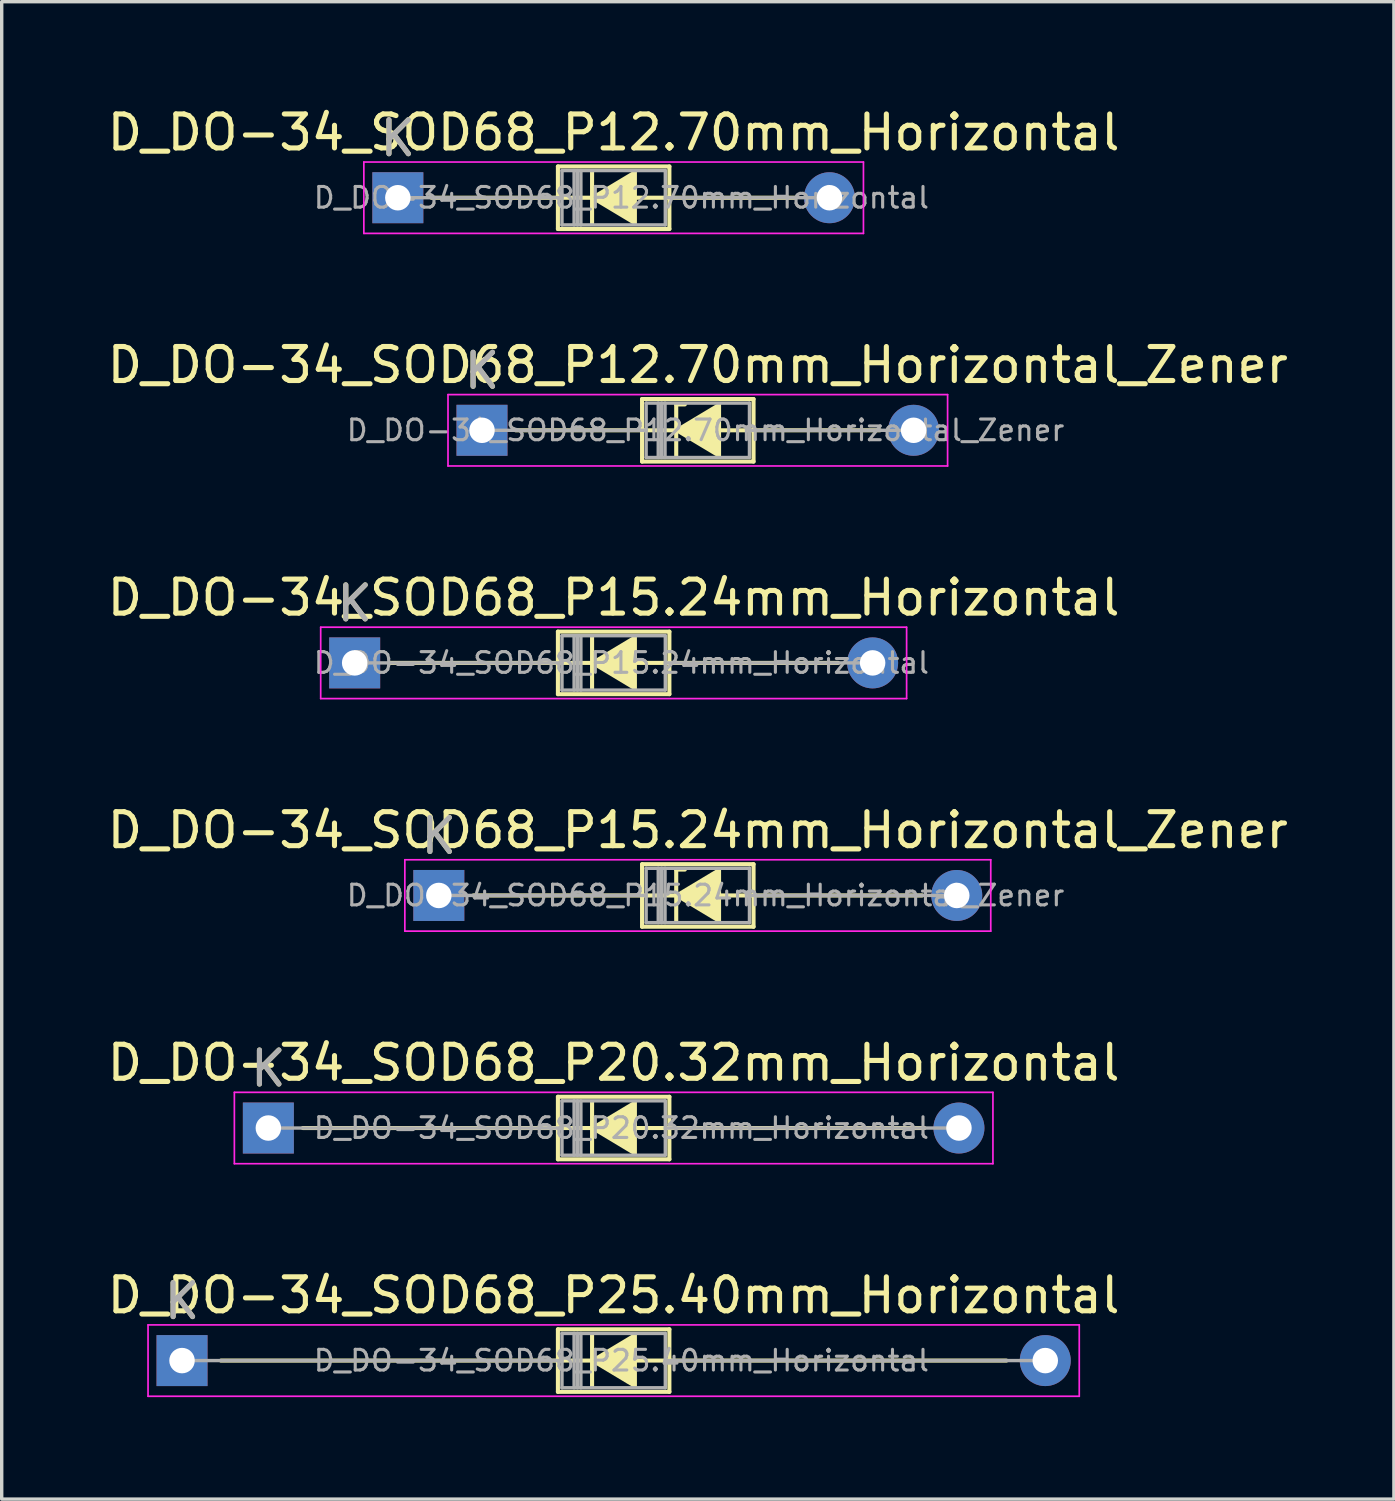
<source format=kicad_pcb>
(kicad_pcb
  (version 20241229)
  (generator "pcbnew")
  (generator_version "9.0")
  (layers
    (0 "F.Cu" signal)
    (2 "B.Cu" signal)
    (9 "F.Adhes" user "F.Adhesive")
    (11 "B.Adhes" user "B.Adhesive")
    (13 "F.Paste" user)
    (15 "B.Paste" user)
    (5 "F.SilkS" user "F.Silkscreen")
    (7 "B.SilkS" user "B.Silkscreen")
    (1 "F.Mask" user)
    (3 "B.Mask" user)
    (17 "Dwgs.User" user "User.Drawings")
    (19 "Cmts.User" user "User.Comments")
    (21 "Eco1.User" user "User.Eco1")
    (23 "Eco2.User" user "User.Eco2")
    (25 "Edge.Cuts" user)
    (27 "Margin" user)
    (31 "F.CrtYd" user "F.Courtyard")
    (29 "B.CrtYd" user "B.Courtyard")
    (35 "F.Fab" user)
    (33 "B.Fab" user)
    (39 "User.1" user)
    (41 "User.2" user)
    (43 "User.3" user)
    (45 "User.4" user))
  (footprint "D_DO-34_SOD68_P12.70mm_Horizontal_Zener"
    (layer "F.Cu")
    (at 11.132 9.611)
    (property "Reference" "D_DO-34_SOD68_P12.70mm_Horizontal_Zener" (at 6.35 -1.92 0) (layer "F.SilkS") (effects (font (size 1 1) (thickness 0.15))))
    (attr through_hole)
    (fp_line (start 0.99 0) (end 4.71 0) (stroke (width 0.12) (type solid)) (layer "F.SilkS"))
    (fp_line (start 4.71 -0.92) (end 4.71 0.92) (stroke (width 0.12) (type solid)) (layer "F.SilkS"))
    (fp_line (start 4.71 0.92) (end 7.99 0.92) (stroke (width 0.12) (type solid)) (layer "F.SilkS"))
    (fp_line (start 5.715 -0.762) (end 5.715 0.762) (stroke (width 0.12) (type solid)) (layer "F.SilkS"))
    (fp_line (start 5.715 -0.762) (end 5.969 -0.762) (stroke (width 0.12) (type solid)) (layer "F.SilkS"))
    (fp_line (start 5.8 0) (end 4.71 0) (stroke (width 0.12) (type solid)) (layer "F.SilkS"))
    (fp_line (start 6.985 0) (end 7.99 0) (stroke (width 0.12) (type solid)) (layer "F.SilkS"))
    (fp_line (start 7.99 -0.92) (end 4.71 -0.92) (stroke (width 0.12) (type solid)) (layer "F.SilkS"))
    (fp_line (start 7.99 0.92) (end 7.99 -0.92) (stroke (width 0.12) (type solid)) (layer "F.SilkS"))
    (fp_line (start 11.71 0) (end 7.99 0) (stroke (width 0.12) (type solid)) (layer "F.SilkS"))
    (fp_poly (pts (xy 6.985 0.762) (xy 5.715 0) (xy 6.985 -0.762)) (stroke (width 0.1) (type solid)) (fill yes) (layer "F.SilkS"))
    (fp_line (start -1 -1.05) (end -1 1.05) (stroke (width 0.05) (type solid)) (layer "F.CrtYd"))
    (fp_line (start -1 1.05) (end 13.7 1.05) (stroke (width 0.05) (type solid)) (layer "F.CrtYd"))
    (fp_line (start 13.7 -1.05) (end -1 -1.05) (stroke (width 0.05) (type solid)) (layer "F.CrtYd"))
    (fp_line (start 13.7 1.05) (end 13.7 -1.05) (stroke (width 0.05) (type solid)) (layer "F.CrtYd"))
    (fp_line (start 0 0) (end 4.83 0) (stroke (width 0.1) (type solid)) (layer "F.Fab"))
    (fp_line (start 4.83 -0.8) (end 4.83 0.8) (stroke (width 0.1) (type solid)) (layer "F.Fab"))
    (fp_line (start 4.83 0.8) (end 7.87 0.8) (stroke (width 0.1) (type solid)) (layer "F.Fab"))
    (fp_line (start 5.186 -0.8) (end 5.186 0.8) (stroke (width 0.1) (type solid)) (layer "F.Fab"))
    (fp_line (start 5.286 -0.8) (end 5.286 0.8) (stroke (width 0.1) (type solid)) (layer "F.Fab"))
    (fp_line (start 5.386 -0.8) (end 5.386 0.8) (stroke (width 0.1) (type solid)) (layer "F.Fab"))
    (fp_line (start 7.87 -0.8) (end 4.83 -0.8) (stroke (width 0.1) (type solid)) (layer "F.Fab"))
    (fp_line (start 7.87 0.8) (end 7.87 -0.8) (stroke (width 0.1) (type solid)) (layer "F.Fab"))
    (fp_line (start 12.7 0) (end 7.87 0) (stroke (width 0.1) (type solid)) (layer "F.Fab"))
    (fp_text user "K" (at 0 -1.75 0) (layer "F.SilkS") (effects (font (size 1 1) (thickness 0.15))))
    (fp_text user "${REFERENCE}" (at 6.578 0 0) (layer "F.Fab") (effects (font (size 0.608 0.608) (thickness 0.091))))
    (fp_text user "K" (at 0 -1.75 0) (layer "F.Fab") (effects (font (size 1 1) (thickness 0.15))))
    (pad "1" thru_hole rect (at 0 0) (size 1.5 1.5) (drill 0.75) (layers "*.Cu" "*.Mask"))
    (pad "2" thru_hole oval (at 12.7 0) (size 1.5 1.5) (drill 0.75) (layers "*.Cu" "*.Mask")))
  (footprint "D_DO-34_SOD68_P15.24mm_Horizontal"
    (layer "F.Cu")
    (at 7.386 16.455)
    (property "Reference" "D_DO-34_SOD68_P15.24mm_Horizontal" (at 7.62 -1.92 0) (layer "F.SilkS") (effects (font (size 1 1) (thickness 0.15))))
    (attr through_hole)
    (fp_line (start 1.016 0) (end 5.98 0) (stroke (width 0.12) (type solid)) (layer "F.SilkS"))
    (fp_line (start 5.98 -0.92) (end 5.98 0.92) (stroke (width 0.12) (type solid)) (layer "F.SilkS"))
    (fp_line (start 5.98 0.92) (end 9.26 0.92) (stroke (width 0.12) (type solid)) (layer "F.SilkS"))
    (fp_line (start 6.985 -0.762) (end 6.985 0.762) (stroke (width 0.12) (type solid)) (layer "F.SilkS"))
    (fp_line (start 7.07 0) (end 5.969 0) (stroke (width 0.12) (type solid)) (layer "F.SilkS"))
    (fp_line (start 8.255 0) (end 9.271 0) (stroke (width 0.12) (type solid)) (layer "F.SilkS"))
    (fp_line (start 9.26 -0.92) (end 5.98 -0.92) (stroke (width 0.12) (type solid)) (layer "F.SilkS"))
    (fp_line (start 9.26 0.92) (end 9.26 -0.92) (stroke (width 0.12) (type solid)) (layer "F.SilkS"))
    (fp_line (start 14.224 0) (end 9.26 0) (stroke (width 0.12) (type solid)) (layer "F.SilkS"))
    (fp_poly (pts (xy 8.255 0.762) (xy 6.985 0) (xy 8.255 -0.762)) (stroke (width 0.1) (type solid)) (fill yes) (layer "F.SilkS"))
    (fp_line (start -1 -1.05) (end -1 1.05) (stroke (width 0.05) (type solid)) (layer "F.CrtYd"))
    (fp_line (start -1 1.05) (end 16.24 1.05) (stroke (width 0.05) (type solid)) (layer "F.CrtYd"))
    (fp_line (start 16.24 -1.05) (end -1 -1.05) (stroke (width 0.05) (type solid)) (layer "F.CrtYd"))
    (fp_line (start 16.24 1.05) (end 16.24 -1.05) (stroke (width 0.05) (type solid)) (layer "F.CrtYd"))
    (fp_line (start 0 0) (end 6.1 0) (stroke (width 0.1) (type solid)) (layer "F.Fab"))
    (fp_line (start 6.1 -0.8) (end 6.1 0.8) (stroke (width 0.1) (type solid)) (layer "F.Fab"))
    (fp_line (start 6.1 0.8) (end 9.14 0.8) (stroke (width 0.1) (type solid)) (layer "F.Fab"))
    (fp_line (start 6.456 -0.8) (end 6.456 0.8) (stroke (width 0.1) (type solid)) (layer "F.Fab"))
    (fp_line (start 6.556 -0.8) (end 6.556 0.8) (stroke (width 0.1) (type solid)) (layer "F.Fab"))
    (fp_line (start 6.656 -0.8) (end 6.656 0.8) (stroke (width 0.1) (type solid)) (layer "F.Fab"))
    (fp_line (start 9.14 -0.8) (end 6.1 -0.8) (stroke (width 0.1) (type solid)) (layer "F.Fab"))
    (fp_line (start 9.14 0.8) (end 9.14 -0.8) (stroke (width 0.1) (type solid)) (layer "F.Fab"))
    (fp_line (start 15.24 0) (end 9.14 0) (stroke (width 0.1) (type solid)) (layer "F.Fab"))
    (fp_text user "K" (at 0 -1.75 0) (layer "F.SilkS") (effects (font (size 1 1) (thickness 0.15))))
    (fp_text user "K" (at 0 -1.75 0) (layer "F.Fab") (effects (font (size 1 1) (thickness 0.15))))
    (fp_text user "${REFERENCE}" (at 7.848 0 0) (layer "F.Fab") (effects (font (size 0.608 0.608) (thickness 0.091))))
    (pad "1" thru_hole rect (at 0 0) (size 1.5 1.5) (drill 0.75) (layers "*.Cu" "*.Mask"))
    (pad "2" thru_hole oval (at 15.24 0) (size 1.5 1.5) (drill 0.75) (layers "*.Cu" "*.Mask")))
  (footprint "D_DO-34_SOD68_P25.40mm_Horizontal"
    (layer "F.Cu")
    (at 2.306 36.984)
    (property "Reference" "D_DO-34_SOD68_P25.40mm_Horizontal" (at 12.7 -1.92 0) (layer "F.SilkS") (effects (font (size 1 1) (thickness 0.15))))
    (attr through_hole)
    (fp_line (start 1.143 0) (end 11.06 0) (stroke (width 0.12) (type solid)) (layer "F.SilkS"))
    (fp_line (start 11.06 -0.92) (end 11.06 0.92) (stroke (width 0.12) (type solid)) (layer "F.SilkS"))
    (fp_line (start 11.06 0.92) (end 14.34 0.92) (stroke (width 0.12) (type solid)) (layer "F.SilkS"))
    (fp_line (start 12.065 -0.762) (end 12.065 0.762) (stroke (width 0.12) (type solid)) (layer "F.SilkS"))
    (fp_line (start 12.15 0) (end 11.049 0) (stroke (width 0.12) (type solid)) (layer "F.SilkS"))
    (fp_line (start 13.335 0) (end 14.351 0) (stroke (width 0.12) (type solid)) (layer "F.SilkS"))
    (fp_line (start 14.34 -0.92) (end 11.06 -0.92) (stroke (width 0.12) (type solid)) (layer "F.SilkS"))
    (fp_line (start 14.34 0.92) (end 14.34 -0.92) (stroke (width 0.12) (type solid)) (layer "F.SilkS"))
    (fp_line (start 24.257 0) (end 14.34 0) (stroke (width 0.12) (type solid)) (layer "F.SilkS"))
    (fp_poly (pts (xy 13.335 0.762) (xy 12.065 0) (xy 13.335 -0.762)) (stroke (width 0.1) (type solid)) (fill yes) (layer "F.SilkS"))
    (fp_line (start -1 -1.05) (end -1 1.05) (stroke (width 0.05) (type solid)) (layer "F.CrtYd"))
    (fp_line (start -1 1.05) (end 26.4 1.05) (stroke (width 0.05) (type solid)) (layer "F.CrtYd"))
    (fp_line (start 26.4 -1.05) (end -1 -1.05) (stroke (width 0.05) (type solid)) (layer "F.CrtYd"))
    (fp_line (start 26.4 1.05) (end 26.4 -1.05) (stroke (width 0.05) (type solid)) (layer "F.CrtYd"))
    (fp_line (start 0 0) (end 11.18 0) (stroke (width 0.1) (type solid)) (layer "F.Fab"))
    (fp_line (start 11.18 -0.8) (end 11.18 0.8) (stroke (width 0.1) (type solid)) (layer "F.Fab"))
    (fp_line (start 11.18 0.8) (end 14.22 0.8) (stroke (width 0.1) (type solid)) (layer "F.Fab"))
    (fp_line (start 11.536 -0.8) (end 11.536 0.8) (stroke (width 0.1) (type solid)) (layer "F.Fab"))
    (fp_line (start 11.636 -0.8) (end 11.636 0.8) (stroke (width 0.1) (type solid)) (layer "F.Fab"))
    (fp_line (start 11.736 -0.8) (end 11.736 0.8) (stroke (width 0.1) (type solid)) (layer "F.Fab"))
    (fp_line (start 14.22 -0.8) (end 11.18 -0.8) (stroke (width 0.1) (type solid)) (layer "F.Fab"))
    (fp_line (start 14.22 0.8) (end 14.22 -0.8) (stroke (width 0.1) (type solid)) (layer "F.Fab"))
    (fp_line (start 25.4 0) (end 14.22 0) (stroke (width 0.1) (type solid)) (layer "F.Fab"))
    (fp_text user "K" (at 0 -1.75 0) (layer "F.SilkS") (effects (font (size 1 1) (thickness 0.15))))
    (fp_text user "${REFERENCE}" (at 12.928 0 0) (layer "F.Fab") (effects (font (size 0.608 0.608) (thickness 0.091))))
    (fp_text user "K" (at 0 -1.75 0) (layer "F.Fab") (effects (font (size 1 1) (thickness 0.15))))
    (pad "1" thru_hole rect (at 0 0) (size 1.5 1.5) (drill 0.75) (layers "*.Cu" "*.Mask"))
    (pad "2" thru_hole oval (at 25.4 0) (size 1.5 1.5) (drill 0.75) (layers "*.Cu" "*.Mask")))
  (footprint "D_DO-34_SOD68_P20.32mm_Horizontal"
    (layer "F.Cu")
    (at 4.846 30.141)
    (property "Reference" "D_DO-34_SOD68_P20.32mm_Horizontal" (at 10.16 -1.92 0) (layer "F.SilkS") (effects (font (size 1 1) (thickness 0.15))))
    (attr through_hole)
    (fp_line (start 1.016 0) (end 8.52 0) (stroke (width 0.12) (type solid)) (layer "F.SilkS"))
    (fp_line (start 8.52 -0.92) (end 8.52 0.92) (stroke (width 0.12) (type solid)) (layer "F.SilkS"))
    (fp_line (start 8.52 0.92) (end 11.8 0.92) (stroke (width 0.12) (type solid)) (layer "F.SilkS"))
    (fp_line (start 9.525 -0.762) (end 9.525 0.762) (stroke (width 0.12) (type solid)) (layer "F.SilkS"))
    (fp_line (start 9.61 0) (end 8.509 0) (stroke (width 0.12) (type solid)) (layer "F.SilkS"))
    (fp_line (start 10.795 0) (end 11.811 0) (stroke (width 0.12) (type solid)) (layer "F.SilkS"))
    (fp_line (start 11.8 -0.92) (end 8.52 -0.92) (stroke (width 0.12) (type solid)) (layer "F.SilkS"))
    (fp_line (start 11.8 0.92) (end 11.8 -0.92) (stroke (width 0.12) (type solid)) (layer "F.SilkS"))
    (fp_line (start 19.304 0) (end 11.8 0) (stroke (width 0.12) (type solid)) (layer "F.SilkS"))
    (fp_poly (pts (xy 10.795 0.762) (xy 9.525 0) (xy 10.795 -0.762)) (stroke (width 0.1) (type solid)) (fill yes) (layer "F.SilkS"))
    (fp_line (start -1 -1.05) (end -1 1.05) (stroke (width 0.05) (type solid)) (layer "F.CrtYd"))
    (fp_line (start -1 1.05) (end 21.32 1.05) (stroke (width 0.05) (type solid)) (layer "F.CrtYd"))
    (fp_line (start 21.32 -1.05) (end -1 -1.05) (stroke (width 0.05) (type solid)) (layer "F.CrtYd"))
    (fp_line (start 21.32 1.05) (end 21.32 -1.05) (stroke (width 0.05) (type solid)) (layer "F.CrtYd"))
    (fp_line (start 0 0) (end 8.64 0) (stroke (width 0.1) (type solid)) (layer "F.Fab"))
    (fp_line (start 8.64 -0.8) (end 8.64 0.8) (stroke (width 0.1) (type solid)) (layer "F.Fab"))
    (fp_line (start 8.64 0.8) (end 11.68 0.8) (stroke (width 0.1) (type solid)) (layer "F.Fab"))
    (fp_line (start 8.996 -0.8) (end 8.996 0.8) (stroke (width 0.1) (type solid)) (layer "F.Fab"))
    (fp_line (start 9.096 -0.8) (end 9.096 0.8) (stroke (width 0.1) (type solid)) (layer "F.Fab"))
    (fp_line (start 9.196 -0.8) (end 9.196 0.8) (stroke (width 0.1) (type solid)) (layer "F.Fab"))
    (fp_line (start 11.68 -0.8) (end 8.64 -0.8) (stroke (width 0.1) (type solid)) (layer "F.Fab"))
    (fp_line (start 11.68 0.8) (end 11.68 -0.8) (stroke (width 0.1) (type solid)) (layer "F.Fab"))
    (fp_line (start 20.32 0) (end 11.68 0) (stroke (width 0.1) (type solid)) (layer "F.Fab"))
    (fp_text user "K" (at 0 -1.75 0) (layer "F.SilkS") (effects (font (size 1 1) (thickness 0.15))))
    (fp_text user "K" (at 0 -1.75 0) (layer "F.Fab") (effects (font (size 1 1) (thickness 0.15))))
    (fp_text user "${REFERENCE}" (at 10.388 0 0) (layer "F.Fab") (effects (font (size 0.608 0.608) (thickness 0.091))))
    (pad "1" thru_hole rect (at 0 0) (size 1.5 1.5) (drill 0.75) (layers "*.Cu" "*.Mask"))
    (pad "2" thru_hole oval (at 20.32 0) (size 1.5 1.5) (drill 0.75) (layers "*.Cu" "*.Mask")))
  (footprint "D_DO-34_SOD68_P12.70mm_Horizontal"
    (layer "F.Cu")
    (at 8.656 2.768)
    (property "Reference" "D_DO-34_SOD68_P12.70mm_Horizontal" (at 6.35 -1.92 0) (layer "F.SilkS") (effects (font (size 1 1) (thickness 0.15))))
    (attr through_hole)
    (fp_line (start 0.99 0) (end 4.71 0) (stroke (width 0.12) (type solid)) (layer "F.SilkS"))
    (fp_line (start 4.71 -0.92) (end 4.71 0.92) (stroke (width 0.12) (type solid)) (layer "F.SilkS"))
    (fp_line (start 4.71 0.92) (end 7.99 0.92) (stroke (width 0.12) (type solid)) (layer "F.SilkS"))
    (fp_line (start 5.715 -0.762) (end 5.715 0.762) (stroke (width 0.12) (type solid)) (layer "F.SilkS"))
    (fp_line (start 5.8 0) (end 4.71 0) (stroke (width 0.12) (type solid)) (layer "F.SilkS"))
    (fp_line (start 6.985 0) (end 7.99 0) (stroke (width 0.12) (type solid)) (layer "F.SilkS"))
    (fp_line (start 7.99 -0.92) (end 4.71 -0.92) (stroke (width 0.12) (type solid)) (layer "F.SilkS"))
    (fp_line (start 7.99 0.92) (end 7.99 -0.92) (stroke (width 0.12) (type solid)) (layer "F.SilkS"))
    (fp_line (start 11.71 0) (end 7.99 0) (stroke (width 0.12) (type solid)) (layer "F.SilkS"))
    (fp_poly (pts (xy 6.985 0.762) (xy 5.715 0) (xy 6.985 -0.762)) (stroke (width 0.1) (type solid)) (fill yes) (layer "F.SilkS"))
    (fp_line (start -1 -1.05) (end -1 1.05) (stroke (width 0.05) (type solid)) (layer "F.CrtYd"))
    (fp_line (start -1 1.05) (end 13.7 1.05) (stroke (width 0.05) (type solid)) (layer "F.CrtYd"))
    (fp_line (start 13.7 -1.05) (end -1 -1.05) (stroke (width 0.05) (type solid)) (layer "F.CrtYd"))
    (fp_line (start 13.7 1.05) (end 13.7 -1.05) (stroke (width 0.05) (type solid)) (layer "F.CrtYd"))
    (fp_line (start 0 0) (end 4.83 0) (stroke (width 0.1) (type solid)) (layer "F.Fab"))
    (fp_line (start 4.83 -0.8) (end 4.83 0.8) (stroke (width 0.1) (type solid)) (layer "F.Fab"))
    (fp_line (start 4.83 0.8) (end 7.87 0.8) (stroke (width 0.1) (type solid)) (layer "F.Fab"))
    (fp_line (start 5.186 -0.8) (end 5.186 0.8) (stroke (width 0.1) (type solid)) (layer "F.Fab"))
    (fp_line (start 5.286 -0.8) (end 5.286 0.8) (stroke (width 0.1) (type solid)) (layer "F.Fab"))
    (fp_line (start 5.386 -0.8) (end 5.386 0.8) (stroke (width 0.1) (type solid)) (layer "F.Fab"))
    (fp_line (start 7.87 -0.8) (end 4.83 -0.8) (stroke (width 0.1) (type solid)) (layer "F.Fab"))
    (fp_line (start 7.87 0.8) (end 7.87 -0.8) (stroke (width 0.1) (type solid)) (layer "F.Fab"))
    (fp_line (start 12.7 0) (end 7.87 0) (stroke (width 0.1) (type solid)) (layer "F.Fab"))
    (fp_text user "K" (at 0 -1.75 0) (layer "F.SilkS") (effects (font (size 1 1) (thickness 0.15))))
    (fp_text user "K" (at 0 -1.75 0) (layer "F.Fab") (effects (font (size 1 1) (thickness 0.15))))
    (fp_text user "${REFERENCE}" (at 6.578 0 0) (layer "F.Fab") (effects (font (size 0.608 0.608) (thickness 0.091))))
    (pad "1" thru_hole rect (at 0 0) (size 1.5 1.5) (drill 0.75) (layers "*.Cu" "*.Mask"))
    (pad "2" thru_hole oval (at 12.7 0) (size 1.5 1.5) (drill 0.75) (layers "*.Cu" "*.Mask")))
  (footprint "D_DO-34_SOD68_P15.24mm_Horizontal_Zener"
    (layer "F.Cu")
    (at 9.862 23.298)
    (property "Reference" "D_DO-34_SOD68_P15.24mm_Horizontal_Zener" (at 7.62 -1.92 0) (layer "F.SilkS") (effects (font (size 1 1) (thickness 0.15))))
    (attr through_hole)
    (fp_line (start 1.016 0) (end 5.98 0) (stroke (width 0.12) (type solid)) (layer "F.SilkS"))
    (fp_line (start 5.98 -0.92) (end 5.98 0.92) (stroke (width 0.12) (type solid)) (layer "F.SilkS"))
    (fp_line (start 5.98 0.92) (end 9.26 0.92) (stroke (width 0.12) (type solid)) (layer "F.SilkS"))
    (fp_line (start 6.985 -0.762) (end 6.985 0.762) (stroke (width 0.12) (type solid)) (layer "F.SilkS"))
    (fp_line (start 6.985 -0.762) (end 7.239 -0.762) (stroke (width 0.12) (type solid)) (layer "F.SilkS"))
    (fp_line (start 7.07 0) (end 5.969 0) (stroke (width 0.12) (type solid)) (layer "F.SilkS"))
    (fp_line (start 8.255 0) (end 9.271 0) (stroke (width 0.12) (type solid)) (layer "F.SilkS"))
    (fp_line (start 9.26 -0.92) (end 5.98 -0.92) (stroke (width 0.12) (type solid)) (layer "F.SilkS"))
    (fp_line (start 9.26 0.92) (end 9.26 -0.92) (stroke (width 0.12) (type solid)) (layer "F.SilkS"))
    (fp_line (start 14.224 0) (end 9.26 0) (stroke (width 0.12) (type solid)) (layer "F.SilkS"))
    (fp_poly (pts (xy 8.255 0.762) (xy 6.985 0) (xy 8.255 -0.762)) (stroke (width 0.1) (type solid)) (fill yes) (layer "F.SilkS"))
    (fp_line (start -1 -1.05) (end -1 1.05) (stroke (width 0.05) (type solid)) (layer "F.CrtYd"))
    (fp_line (start -1 1.05) (end 16.24 1.05) (stroke (width 0.05) (type solid)) (layer "F.CrtYd"))
    (fp_line (start 16.24 -1.05) (end -1 -1.05) (stroke (width 0.05) (type solid)) (layer "F.CrtYd"))
    (fp_line (start 16.24 1.05) (end 16.24 -1.05) (stroke (width 0.05) (type solid)) (layer "F.CrtYd"))
    (fp_line (start 0 0) (end 6.1 0) (stroke (width 0.1) (type solid)) (layer "F.Fab"))
    (fp_line (start 6.1 -0.8) (end 6.1 0.8) (stroke (width 0.1) (type solid)) (layer "F.Fab"))
    (fp_line (start 6.1 0.8) (end 9.14 0.8) (stroke (width 0.1) (type solid)) (layer "F.Fab"))
    (fp_line (start 6.456 -0.8) (end 6.456 0.8) (stroke (width 0.1) (type solid)) (layer "F.Fab"))
    (fp_line (start 6.556 -0.8) (end 6.556 0.8) (stroke (width 0.1) (type solid)) (layer "F.Fab"))
    (fp_line (start 6.656 -0.8) (end 6.656 0.8) (stroke (width 0.1) (type solid)) (layer "F.Fab"))
    (fp_line (start 9.14 -0.8) (end 6.1 -0.8) (stroke (width 0.1) (type solid)) (layer "F.Fab"))
    (fp_line (start 9.14 0.8) (end 9.14 -0.8) (stroke (width 0.1) (type solid)) (layer "F.Fab"))
    (fp_line (start 15.24 0) (end 9.14 0) (stroke (width 0.1) (type solid)) (layer "F.Fab"))
    (fp_text user "K" (at 0 -1.75 0) (layer "F.SilkS") (effects (font (size 1 1) (thickness 0.15))))
    (fp_text user "K" (at 0 -1.75 0) (layer "F.Fab") (effects (font (size 1 1) (thickness 0.15))))
    (fp_text user "${REFERENCE}" (at 7.848 0 0) (layer "F.Fab") (effects (font (size 0.608 0.608) (thickness 0.091))))
    (pad "1" thru_hole rect (at 0 0) (size 1.5 1.5) (drill 0.75) (layers "*.Cu" "*.Mask"))
    (pad "2" thru_hole oval (at 15.24 0) (size 1.5 1.5) (drill 0.75) (layers "*.Cu" "*.Mask")))
  (gr_rect
    (start -3 -3)
    (end 37.964 41.059)
    (stroke (width 0.1) (type default))
    (fill no)
    (layer "Edge.Cuts")))
</source>
